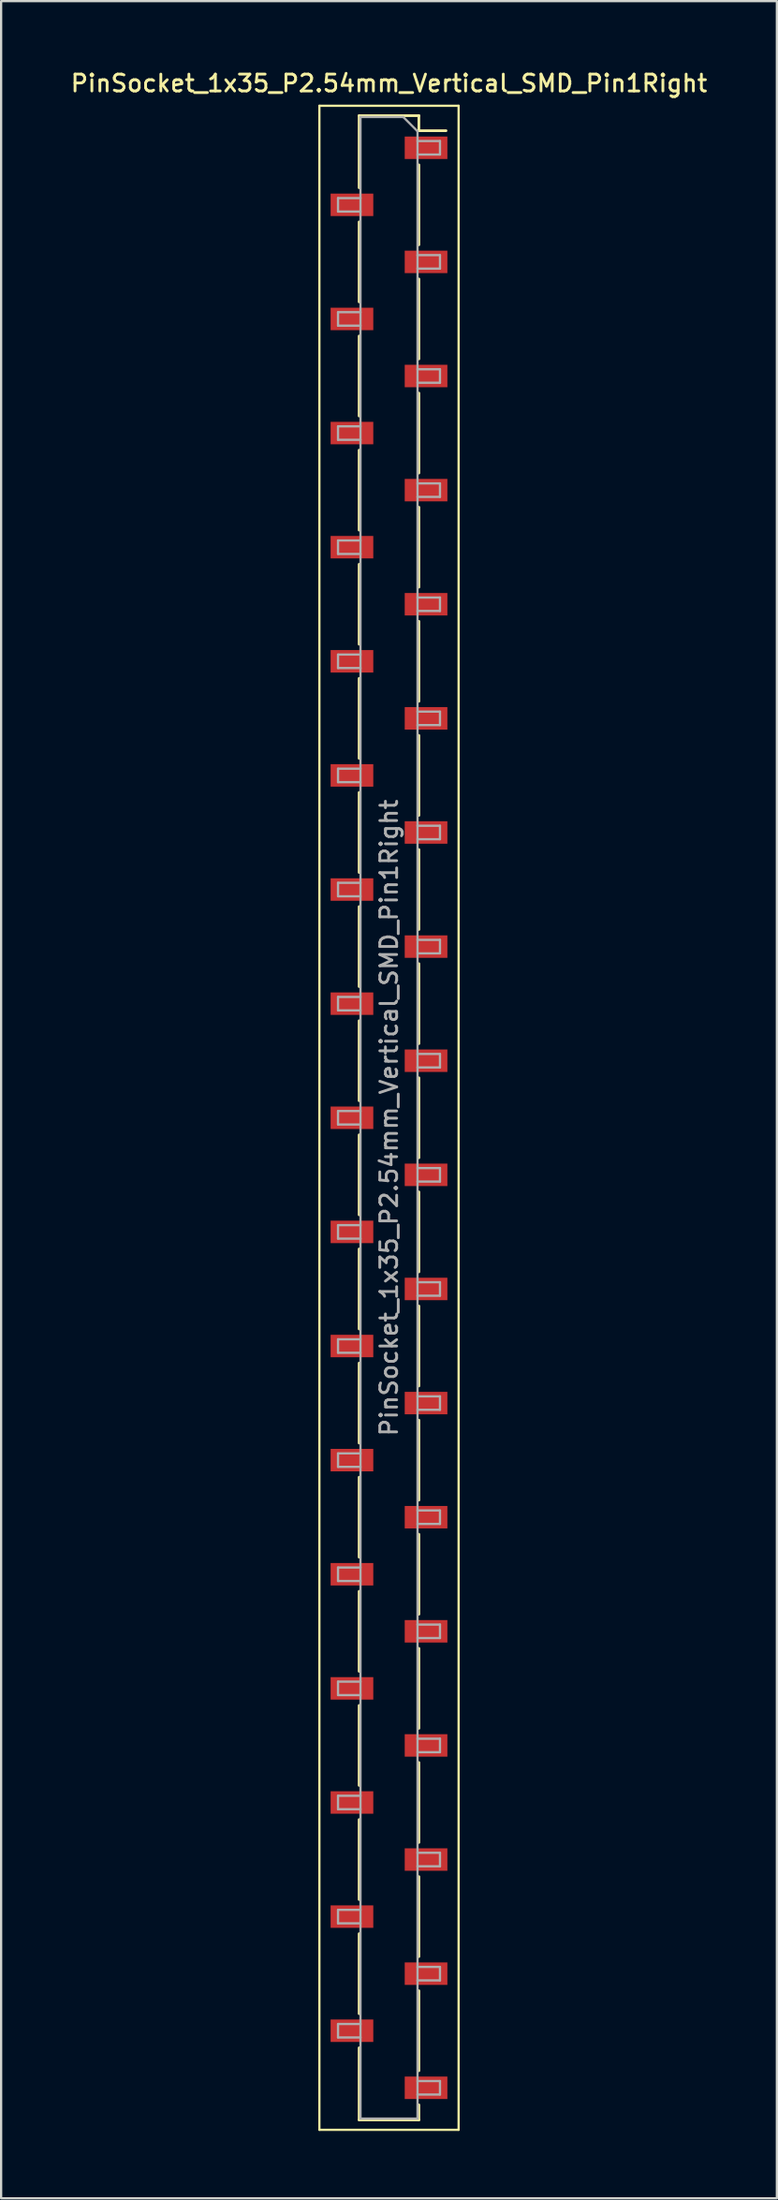
<source format=kicad_pcb>
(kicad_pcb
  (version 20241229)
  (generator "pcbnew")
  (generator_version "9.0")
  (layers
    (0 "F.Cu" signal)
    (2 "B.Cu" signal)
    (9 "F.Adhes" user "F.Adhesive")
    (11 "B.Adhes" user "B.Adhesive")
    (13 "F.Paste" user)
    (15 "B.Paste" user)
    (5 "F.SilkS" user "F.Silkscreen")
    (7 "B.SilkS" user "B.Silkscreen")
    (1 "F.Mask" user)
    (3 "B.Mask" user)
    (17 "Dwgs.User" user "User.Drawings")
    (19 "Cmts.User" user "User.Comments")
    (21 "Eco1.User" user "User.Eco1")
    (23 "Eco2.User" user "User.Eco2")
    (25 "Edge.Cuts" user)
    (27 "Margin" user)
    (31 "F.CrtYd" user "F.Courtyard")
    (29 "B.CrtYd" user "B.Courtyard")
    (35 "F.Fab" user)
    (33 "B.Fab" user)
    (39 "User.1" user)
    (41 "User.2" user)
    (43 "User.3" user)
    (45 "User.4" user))
  (footprint "PinSocket_1x35_P2.54mm_Vertical_SMD_Pin1Right"
    (layer "F.Cu")
    (at 14.273 46.708)
    (property "Reference" "PinSocket_1x35_P2.54mm_Vertical_SMD_Pin1Right" (at 0 -46.05 0) (layer "F.SilkS") (effects (font (size 0.75 0.75) (thickness 0.125))))
    (attr smd)
    (fp_line (start -3.1 -45.05) (end 3.1 -45.05) (stroke (width 0.1) (type solid)) (layer "F.SilkS"))
    (fp_line (start -3.1 45.05) (end -3.1 -45.05) (stroke (width 0.1) (type solid)) (layer "F.SilkS"))
    (fp_line (start -1.33 -44.61) (end -1.33 -41.4) (stroke (width 0.12) (type solid)) (layer "F.SilkS"))
    (fp_line (start -1.33 -44.61) (end 1.33 -44.61) (stroke (width 0.12) (type solid)) (layer "F.SilkS"))
    (fp_line (start -1.33 -39.88) (end -1.33 -36.32) (stroke (width 0.12) (type solid)) (layer "F.SilkS"))
    (fp_line (start -1.33 -34.8) (end -1.33 -31.24) (stroke (width 0.12) (type solid)) (layer "F.SilkS"))
    (fp_line (start -1.33 -29.72) (end -1.33 -26.16) (stroke (width 0.12) (type solid)) (layer "F.SilkS"))
    (fp_line (start -1.33 -24.64) (end -1.33 -21.08) (stroke (width 0.12) (type solid)) (layer "F.SilkS"))
    (fp_line (start -1.33 -19.56) (end -1.33 -16) (stroke (width 0.12) (type solid)) (layer "F.SilkS"))
    (fp_line (start -1.33 -14.48) (end -1.33 -10.92) (stroke (width 0.12) (type solid)) (layer "F.SilkS"))
    (fp_line (start -1.33 -9.4) (end -1.33 -5.84) (stroke (width 0.12) (type solid)) (layer "F.SilkS"))
    (fp_line (start -1.33 -4.32) (end -1.33 -0.76) (stroke (width 0.12) (type solid)) (layer "F.SilkS"))
    (fp_line (start -1.33 0.76) (end -1.33 4.32) (stroke (width 0.12) (type solid)) (layer "F.SilkS"))
    (fp_line (start -1.33 5.84) (end -1.33 9.4) (stroke (width 0.12) (type solid)) (layer "F.SilkS"))
    (fp_line (start -1.33 10.92) (end -1.33 14.48) (stroke (width 0.12) (type solid)) (layer "F.SilkS"))
    (fp_line (start -1.33 16) (end -1.33 19.56) (stroke (width 0.12) (type solid)) (layer "F.SilkS"))
    (fp_line (start -1.33 21.08) (end -1.33 24.64) (stroke (width 0.12) (type solid)) (layer "F.SilkS"))
    (fp_line (start -1.33 26.16) (end -1.33 29.72) (stroke (width 0.12) (type solid)) (layer "F.SilkS"))
    (fp_line (start -1.33 31.24) (end -1.33 34.8) (stroke (width 0.12) (type solid)) (layer "F.SilkS"))
    (fp_line (start -1.33 36.32) (end -1.33 39.88) (stroke (width 0.12) (type solid)) (layer "F.SilkS"))
    (fp_line (start -1.33 41.4) (end -1.33 44.61) (stroke (width 0.12) (type solid)) (layer "F.SilkS"))
    (fp_line (start -1.33 44.61) (end 1.33 44.61) (stroke (width 0.12) (type solid)) (layer "F.SilkS"))
    (fp_line (start 1.33 -44.61) (end 1.33 -43.94) (stroke (width 0.12) (type solid)) (layer "F.SilkS"))
    (fp_line (start 1.33 -43.94) (end 2.54 -43.94) (stroke (width 0.12) (type solid)) (layer "F.SilkS"))
    (fp_line (start 1.33 -42.42) (end 1.33 -38.86) (stroke (width 0.12) (type solid)) (layer "F.SilkS"))
    (fp_line (start 1.33 -37.34) (end 1.33 -33.78) (stroke (width 0.12) (type solid)) (layer "F.SilkS"))
    (fp_line (start 1.33 -32.26) (end 1.33 -28.7) (stroke (width 0.12) (type solid)) (layer "F.SilkS"))
    (fp_line (start 1.33 -27.18) (end 1.33 -23.62) (stroke (width 0.12) (type solid)) (layer "F.SilkS"))
    (fp_line (start 1.33 -22.1) (end 1.33 -18.54) (stroke (width 0.12) (type solid)) (layer "F.SilkS"))
    (fp_line (start 1.33 -17.02) (end 1.33 -13.46) (stroke (width 0.12) (type solid)) (layer "F.SilkS"))
    (fp_line (start 1.33 -11.94) (end 1.33 -8.38) (stroke (width 0.12) (type solid)) (layer "F.SilkS"))
    (fp_line (start 1.33 -6.86) (end 1.33 -3.3) (stroke (width 0.12) (type solid)) (layer "F.SilkS"))
    (fp_line (start 1.33 -1.78) (end 1.33 1.78) (stroke (width 0.12) (type solid)) (layer "F.SilkS"))
    (fp_line (start 1.33 3.3) (end 1.33 6.86) (stroke (width 0.12) (type solid)) (layer "F.SilkS"))
    (fp_line (start 1.33 8.38) (end 1.33 11.94) (stroke (width 0.12) (type solid)) (layer "F.SilkS"))
    (fp_line (start 1.33 13.46) (end 1.33 17.02) (stroke (width 0.12) (type solid)) (layer "F.SilkS"))
    (fp_line (start 1.33 18.54) (end 1.33 22.1) (stroke (width 0.12) (type solid)) (layer "F.SilkS"))
    (fp_line (start 1.33 23.62) (end 1.33 27.18) (stroke (width 0.12) (type solid)) (layer "F.SilkS"))
    (fp_line (start 1.33 28.7) (end 1.33 32.26) (stroke (width 0.12) (type solid)) (layer "F.SilkS"))
    (fp_line (start 1.33 33.78) (end 1.33 37.34) (stroke (width 0.12) (type solid)) (layer "F.SilkS"))
    (fp_line (start 1.33 38.86) (end 1.33 42.42) (stroke (width 0.12) (type solid)) (layer "F.SilkS"))
    (fp_line (start 1.33 43.94) (end 1.33 44.61) (stroke (width 0.12) (type solid)) (layer "F.SilkS"))
    (fp_line (start 3.1 -45.05) (end 3.1 45.05) (stroke (width 0.1) (type solid)) (layer "F.SilkS"))
    (fp_line (start 3.1 45.05) (end -3.1 45.05) (stroke (width 0.1) (type solid)) (layer "F.SilkS"))
    (fp_line (start -2.27 -40.94) (end -1.27 -40.94) (stroke (width 0.1) (type solid)) (layer "F.Fab"))
    (fp_line (start -2.27 -40.34) (end -2.27 -40.94) (stroke (width 0.1) (type solid)) (layer "F.Fab"))
    (fp_line (start -2.27 -35.86) (end -1.27 -35.86) (stroke (width 0.1) (type solid)) (layer "F.Fab"))
    (fp_line (start -2.27 -35.26) (end -2.27 -35.86) (stroke (width 0.1) (type solid)) (layer "F.Fab"))
    (fp_line (start -2.27 -30.78) (end -1.27 -30.78) (stroke (width 0.1) (type solid)) (layer "F.Fab"))
    (fp_line (start -2.27 -30.18) (end -2.27 -30.78) (stroke (width 0.1) (type solid)) (layer "F.Fab"))
    (fp_line (start -2.27 -25.7) (end -1.27 -25.7) (stroke (width 0.1) (type solid)) (layer "F.Fab"))
    (fp_line (start -2.27 -25.1) (end -2.27 -25.7) (stroke (width 0.1) (type solid)) (layer "F.Fab"))
    (fp_line (start -2.27 -20.62) (end -1.27 -20.62) (stroke (width 0.1) (type solid)) (layer "F.Fab"))
    (fp_line (start -2.27 -20.02) (end -2.27 -20.62) (stroke (width 0.1) (type solid)) (layer "F.Fab"))
    (fp_line (start -2.27 -15.54) (end -1.27 -15.54) (stroke (width 0.1) (type solid)) (layer "F.Fab"))
    (fp_line (start -2.27 -14.94) (end -2.27 -15.54) (stroke (width 0.1) (type solid)) (layer "F.Fab"))
    (fp_line (start -2.27 -10.46) (end -1.27 -10.46) (stroke (width 0.1) (type solid)) (layer "F.Fab"))
    (fp_line (start -2.27 -9.86) (end -2.27 -10.46) (stroke (width 0.1) (type solid)) (layer "F.Fab"))
    (fp_line (start -2.27 -5.38) (end -1.27 -5.38) (stroke (width 0.1) (type solid)) (layer "F.Fab"))
    (fp_line (start -2.27 -4.78) (end -2.27 -5.38) (stroke (width 0.1) (type solid)) (layer "F.Fab"))
    (fp_line (start -2.27 -0.3) (end -1.27 -0.3) (stroke (width 0.1) (type solid)) (layer "F.Fab"))
    (fp_line (start -2.27 0.3) (end -2.27 -0.3) (stroke (width 0.1) (type solid)) (layer "F.Fab"))
    (fp_line (start -2.27 4.78) (end -1.27 4.78) (stroke (width 0.1) (type solid)) (layer "F.Fab"))
    (fp_line (start -2.27 5.38) (end -2.27 4.78) (stroke (width 0.1) (type solid)) (layer "F.Fab"))
    (fp_line (start -2.27 9.86) (end -1.27 9.86) (stroke (width 0.1) (type solid)) (layer "F.Fab"))
    (fp_line (start -2.27 10.46) (end -2.27 9.86) (stroke (width 0.1) (type solid)) (layer "F.Fab"))
    (fp_line (start -2.27 14.94) (end -1.27 14.94) (stroke (width 0.1) (type solid)) (layer "F.Fab"))
    (fp_line (start -2.27 15.54) (end -2.27 14.94) (stroke (width 0.1) (type solid)) (layer "F.Fab"))
    (fp_line (start -2.27 20.02) (end -1.27 20.02) (stroke (width 0.1) (type solid)) (layer "F.Fab"))
    (fp_line (start -2.27 20.62) (end -2.27 20.02) (stroke (width 0.1) (type solid)) (layer "F.Fab"))
    (fp_line (start -2.27 25.1) (end -1.27 25.1) (stroke (width 0.1) (type solid)) (layer "F.Fab"))
    (fp_line (start -2.27 25.7) (end -2.27 25.1) (stroke (width 0.1) (type solid)) (layer "F.Fab"))
    (fp_line (start -2.27 30.18) (end -1.27 30.18) (stroke (width 0.1) (type solid)) (layer "F.Fab"))
    (fp_line (start -2.27 30.78) (end -2.27 30.18) (stroke (width 0.1) (type solid)) (layer "F.Fab"))
    (fp_line (start -2.27 35.26) (end -1.27 35.26) (stroke (width 0.1) (type solid)) (layer "F.Fab"))
    (fp_line (start -2.27 35.86) (end -2.27 35.26) (stroke (width 0.1) (type solid)) (layer "F.Fab"))
    (fp_line (start -2.27 40.34) (end -1.27 40.34) (stroke (width 0.1) (type solid)) (layer "F.Fab"))
    (fp_line (start -2.27 40.94) (end -2.27 40.34) (stroke (width 0.1) (type solid)) (layer "F.Fab"))
    (fp_line (start -1.27 -44.55) (end 0.635 -44.55) (stroke (width 0.1) (type solid)) (layer "F.Fab"))
    (fp_line (start -1.27 -40.34) (end -2.27 -40.34) (stroke (width 0.1) (type solid)) (layer "F.Fab"))
    (fp_line (start -1.27 -35.26) (end -2.27 -35.26) (stroke (width 0.1) (type solid)) (layer "F.Fab"))
    (fp_line (start -1.27 -30.18) (end -2.27 -30.18) (stroke (width 0.1) (type solid)) (layer "F.Fab"))
    (fp_line (start -1.27 -25.1) (end -2.27 -25.1) (stroke (width 0.1) (type solid)) (layer "F.Fab"))
    (fp_line (start -1.27 -20.02) (end -2.27 -20.02) (stroke (width 0.1) (type solid)) (layer "F.Fab"))
    (fp_line (start -1.27 -14.94) (end -2.27 -14.94) (stroke (width 0.1) (type solid)) (layer "F.Fab"))
    (fp_line (start -1.27 -9.86) (end -2.27 -9.86) (stroke (width 0.1) (type solid)) (layer "F.Fab"))
    (fp_line (start -1.27 -4.78) (end -2.27 -4.78) (stroke (width 0.1) (type solid)) (layer "F.Fab"))
    (fp_line (start -1.27 0.3) (end -2.27 0.3) (stroke (width 0.1) (type solid)) (layer "F.Fab"))
    (fp_line (start -1.27 5.38) (end -2.27 5.38) (stroke (width 0.1) (type solid)) (layer "F.Fab"))
    (fp_line (start -1.27 10.46) (end -2.27 10.46) (stroke (width 0.1) (type solid)) (layer "F.Fab"))
    (fp_line (start -1.27 15.54) (end -2.27 15.54) (stroke (width 0.1) (type solid)) (layer "F.Fab"))
    (fp_line (start -1.27 20.62) (end -2.27 20.62) (stroke (width 0.1) (type solid)) (layer "F.Fab"))
    (fp_line (start -1.27 25.7) (end -2.27 25.7) (stroke (width 0.1) (type solid)) (layer "F.Fab"))
    (fp_line (start -1.27 30.78) (end -2.27 30.78) (stroke (width 0.1) (type solid)) (layer "F.Fab"))
    (fp_line (start -1.27 35.86) (end -2.27 35.86) (stroke (width 0.1) (type solid)) (layer "F.Fab"))
    (fp_line (start -1.27 40.94) (end -2.27 40.94) (stroke (width 0.1) (type solid)) (layer "F.Fab"))
    (fp_line (start -1.27 44.55) (end -1.27 -44.55) (stroke (width 0.1) (type solid)) (layer "F.Fab"))
    (fp_line (start 0.635 -44.55) (end 1.27 -43.915) (stroke (width 0.1) (type solid)) (layer "F.Fab"))
    (fp_line (start 1.27 -43.915) (end 1.27 44.55) (stroke (width 0.1) (type solid)) (layer "F.Fab"))
    (fp_line (start 1.27 -43.48) (end 2.27 -43.48) (stroke (width 0.1) (type solid)) (layer "F.Fab"))
    (fp_line (start 1.27 -38.4) (end 2.27 -38.4) (stroke (width 0.1) (type solid)) (layer "F.Fab"))
    (fp_line (start 1.27 -33.32) (end 2.27 -33.32) (stroke (width 0.1) (type solid)) (layer "F.Fab"))
    (fp_line (start 1.27 -28.24) (end 2.27 -28.24) (stroke (width 0.1) (type solid)) (layer "F.Fab"))
    (fp_line (start 1.27 -23.16) (end 2.27 -23.16) (stroke (width 0.1) (type solid)) (layer "F.Fab"))
    (fp_line (start 1.27 -18.08) (end 2.27 -18.08) (stroke (width 0.1) (type solid)) (layer "F.Fab"))
    (fp_line (start 1.27 -13) (end 2.27 -13) (stroke (width 0.1) (type solid)) (layer "F.Fab"))
    (fp_line (start 1.27 -7.92) (end 2.27 -7.92) (stroke (width 0.1) (type solid)) (layer "F.Fab"))
    (fp_line (start 1.27 -2.84) (end 2.27 -2.84) (stroke (width 0.1) (type solid)) (layer "F.Fab"))
    (fp_line (start 1.27 2.24) (end 2.27 2.24) (stroke (width 0.1) (type solid)) (layer "F.Fab"))
    (fp_line (start 1.27 7.32) (end 2.27 7.32) (stroke (width 0.1) (type solid)) (layer "F.Fab"))
    (fp_line (start 1.27 12.4) (end 2.27 12.4) (stroke (width 0.1) (type solid)) (layer "F.Fab"))
    (fp_line (start 1.27 17.48) (end 2.27 17.48) (stroke (width 0.1) (type solid)) (layer "F.Fab"))
    (fp_line (start 1.27 22.56) (end 2.27 22.56) (stroke (width 0.1) (type solid)) (layer "F.Fab"))
    (fp_line (start 1.27 27.64) (end 2.27 27.64) (stroke (width 0.1) (type solid)) (layer "F.Fab"))
    (fp_line (start 1.27 32.72) (end 2.27 32.72) (stroke (width 0.1) (type solid)) (layer "F.Fab"))
    (fp_line (start 1.27 37.8) (end 2.27 37.8) (stroke (width 0.1) (type solid)) (layer "F.Fab"))
    (fp_line (start 1.27 42.88) (end 2.27 42.88) (stroke (width 0.1) (type solid)) (layer "F.Fab"))
    (fp_line (start 1.27 44.55) (end -1.27 44.55) (stroke (width 0.1) (type solid)) (layer "F.Fab"))
    (fp_line (start 2.27 -43.48) (end 2.27 -42.88) (stroke (width 0.1) (type solid)) (layer "F.Fab"))
    (fp_line (start 2.27 -42.88) (end 1.27 -42.88) (stroke (width 0.1) (type solid)) (layer "F.Fab"))
    (fp_line (start 2.27 -38.4) (end 2.27 -37.8) (stroke (width 0.1) (type solid)) (layer "F.Fab"))
    (fp_line (start 2.27 -37.8) (end 1.27 -37.8) (stroke (width 0.1) (type solid)) (layer "F.Fab"))
    (fp_line (start 2.27 -33.32) (end 2.27 -32.72) (stroke (width 0.1) (type solid)) (layer "F.Fab"))
    (fp_line (start 2.27 -32.72) (end 1.27 -32.72) (stroke (width 0.1) (type solid)) (layer "F.Fab"))
    (fp_line (start 2.27 -28.24) (end 2.27 -27.64) (stroke (width 0.1) (type solid)) (layer "F.Fab"))
    (fp_line (start 2.27 -27.64) (end 1.27 -27.64) (stroke (width 0.1) (type solid)) (layer "F.Fab"))
    (fp_line (start 2.27 -23.16) (end 2.27 -22.56) (stroke (width 0.1) (type solid)) (layer "F.Fab"))
    (fp_line (start 2.27 -22.56) (end 1.27 -22.56) (stroke (width 0.1) (type solid)) (layer "F.Fab"))
    (fp_line (start 2.27 -18.08) (end 2.27 -17.48) (stroke (width 0.1) (type solid)) (layer "F.Fab"))
    (fp_line (start 2.27 -17.48) (end 1.27 -17.48) (stroke (width 0.1) (type solid)) (layer "F.Fab"))
    (fp_line (start 2.27 -13) (end 2.27 -12.4) (stroke (width 0.1) (type solid)) (layer "F.Fab"))
    (fp_line (start 2.27 -12.4) (end 1.27 -12.4) (stroke (width 0.1) (type solid)) (layer "F.Fab"))
    (fp_line (start 2.27 -7.92) (end 2.27 -7.32) (stroke (width 0.1) (type solid)) (layer "F.Fab"))
    (fp_line (start 2.27 -7.32) (end 1.27 -7.32) (stroke (width 0.1) (type solid)) (layer "F.Fab"))
    (fp_line (start 2.27 -2.84) (end 2.27 -2.24) (stroke (width 0.1) (type solid)) (layer "F.Fab"))
    (fp_line (start 2.27 -2.24) (end 1.27 -2.24) (stroke (width 0.1) (type solid)) (layer "F.Fab"))
    (fp_line (start 2.27 2.24) (end 2.27 2.84) (stroke (width 0.1) (type solid)) (layer "F.Fab"))
    (fp_line (start 2.27 2.84) (end 1.27 2.84) (stroke (width 0.1) (type solid)) (layer "F.Fab"))
    (fp_line (start 2.27 7.32) (end 2.27 7.92) (stroke (width 0.1) (type solid)) (layer "F.Fab"))
    (fp_line (start 2.27 7.92) (end 1.27 7.92) (stroke (width 0.1) (type solid)) (layer "F.Fab"))
    (fp_line (start 2.27 12.4) (end 2.27 13) (stroke (width 0.1) (type solid)) (layer "F.Fab"))
    (fp_line (start 2.27 13) (end 1.27 13) (stroke (width 0.1) (type solid)) (layer "F.Fab"))
    (fp_line (start 2.27 17.48) (end 2.27 18.08) (stroke (width 0.1) (type solid)) (layer "F.Fab"))
    (fp_line (start 2.27 18.08) (end 1.27 18.08) (stroke (width 0.1) (type solid)) (layer "F.Fab"))
    (fp_line (start 2.27 22.56) (end 2.27 23.16) (stroke (width 0.1) (type solid)) (layer "F.Fab"))
    (fp_line (start 2.27 23.16) (end 1.27 23.16) (stroke (width 0.1) (type solid)) (layer "F.Fab"))
    (fp_line (start 2.27 27.64) (end 2.27 28.24) (stroke (width 0.1) (type solid)) (layer "F.Fab"))
    (fp_line (start 2.27 28.24) (end 1.27 28.24) (stroke (width 0.1) (type solid)) (layer "F.Fab"))
    (fp_line (start 2.27 32.72) (end 2.27 33.32) (stroke (width 0.1) (type solid)) (layer "F.Fab"))
    (fp_line (start 2.27 33.32) (end 1.27 33.32) (stroke (width 0.1) (type solid)) (layer "F.Fab"))
    (fp_line (start 2.27 37.8) (end 2.27 38.4) (stroke (width 0.1) (type solid)) (layer "F.Fab"))
    (fp_line (start 2.27 38.4) (end 1.27 38.4) (stroke (width 0.1) (type solid)) (layer "F.Fab"))
    (fp_line (start 2.27 42.88) (end 2.27 43.48) (stroke (width 0.1) (type solid)) (layer "F.Fab"))
    (fp_line (start 2.27 43.48) (end 1.27 43.48) (stroke (width 0.1) (type solid)) (layer "F.Fab"))
    (fp_text user "${REFERENCE}" (at 0 0 90) (layer "F.Fab") (effects (font (size 0.75 0.75) (thickness 0.125))))
    (pad "1" smd rect (at 1.65 -43.18) (size 1.9 1) (layers "F.Cu" "F.Mask" "F.Paste"))
    (pad "2" smd rect (at -1.65 -40.64) (size 1.9 1) (layers "F.Cu" "F.Mask" "F.Paste"))
    (pad "3" smd rect (at 1.65 -38.1) (size 1.9 1) (layers "F.Cu" "F.Mask" "F.Paste"))
    (pad "4" smd rect (at -1.65 -35.56) (size 1.9 1) (layers "F.Cu" "F.Mask" "F.Paste"))
    (pad "5" smd rect (at 1.65 -33.02) (size 1.9 1) (layers "F.Cu" "F.Mask" "F.Paste"))
    (pad "6" smd rect (at -1.65 -30.48) (size 1.9 1) (layers "F.Cu" "F.Mask" "F.Paste"))
    (pad "7" smd rect (at 1.65 -27.94) (size 1.9 1) (layers "F.Cu" "F.Mask" "F.Paste"))
    (pad "8" smd rect (at -1.65 -25.4) (size 1.9 1) (layers "F.Cu" "F.Mask" "F.Paste"))
    (pad "9" smd rect (at 1.65 -22.86) (size 1.9 1) (layers "F.Cu" "F.Mask" "F.Paste"))
    (pad "10" smd rect (at -1.65 -20.32) (size 1.9 1) (layers "F.Cu" "F.Mask" "F.Paste"))
    (pad "11" smd rect (at 1.65 -17.78) (size 1.9 1) (layers "F.Cu" "F.Mask" "F.Paste"))
    (pad "12" smd rect (at -1.65 -15.24) (size 1.9 1) (layers "F.Cu" "F.Mask" "F.Paste"))
    (pad "13" smd rect (at 1.65 -12.7) (size 1.9 1) (layers "F.Cu" "F.Mask" "F.Paste"))
    (pad "14" smd rect (at -1.65 -10.16) (size 1.9 1) (layers "F.Cu" "F.Mask" "F.Paste"))
    (pad "15" smd rect (at 1.65 -7.62) (size 1.9 1) (layers "F.Cu" "F.Mask" "F.Paste"))
    (pad "16" smd rect (at -1.65 -5.08) (size 1.9 1) (layers "F.Cu" "F.Mask" "F.Paste"))
    (pad "17" smd rect (at 1.65 -2.54) (size 1.9 1) (layers "F.Cu" "F.Mask" "F.Paste"))
    (pad "18" smd rect (at -1.65 0) (size 1.9 1) (layers "F.Cu" "F.Mask" "F.Paste"))
    (pad "19" smd rect (at 1.65 2.54) (size 1.9 1) (layers "F.Cu" "F.Mask" "F.Paste"))
    (pad "20" smd rect (at -1.65 5.08) (size 1.9 1) (layers "F.Cu" "F.Mask" "F.Paste"))
    (pad "21" smd rect (at 1.65 7.62) (size 1.9 1) (layers "F.Cu" "F.Mask" "F.Paste"))
    (pad "22" smd rect (at -1.65 10.16) (size 1.9 1) (layers "F.Cu" "F.Mask" "F.Paste"))
    (pad "23" smd rect (at 1.65 12.7) (size 1.9 1) (layers "F.Cu" "F.Mask" "F.Paste"))
    (pad "24" smd rect (at -1.65 15.24) (size 1.9 1) (layers "F.Cu" "F.Mask" "F.Paste"))
    (pad "25" smd rect (at 1.65 17.78) (size 1.9 1) (layers "F.Cu" "F.Mask" "F.Paste"))
    (pad "26" smd rect (at -1.65 20.32) (size 1.9 1) (layers "F.Cu" "F.Mask" "F.Paste"))
    (pad "27" smd rect (at 1.65 22.86) (size 1.9 1) (layers "F.Cu" "F.Mask" "F.Paste"))
    (pad "28" smd rect (at -1.65 25.4) (size 1.9 1) (layers "F.Cu" "F.Mask" "F.Paste"))
    (pad "29" smd rect (at 1.65 27.94) (size 1.9 1) (layers "F.Cu" "F.Mask" "F.Paste"))
    (pad "30" smd rect (at -1.65 30.48) (size 1.9 1) (layers "F.Cu" "F.Mask" "F.Paste"))
    (pad "31" smd rect (at 1.65 33.02) (size 1.9 1) (layers "F.Cu" "F.Mask" "F.Paste"))
    (pad "32" smd rect (at -1.65 35.56) (size 1.9 1) (layers "F.Cu" "F.Mask" "F.Paste"))
    (pad "33" smd rect (at 1.65 38.1) (size 1.9 1) (layers "F.Cu" "F.Mask" "F.Paste"))
    (pad "34" smd rect (at -1.65 40.64) (size 1.9 1) (layers "F.Cu" "F.Mask" "F.Paste"))
    (pad "35" smd rect (at 1.65 43.18) (size 1.9 1) (layers "F.Cu" "F.Mask" "F.Paste")))
  (gr_rect
    (start -3 -3)
    (end 31.546 94.808)
    (stroke (width 0.1) (type default))
    (fill no)
    (layer "Edge.Cuts")))
</source>
